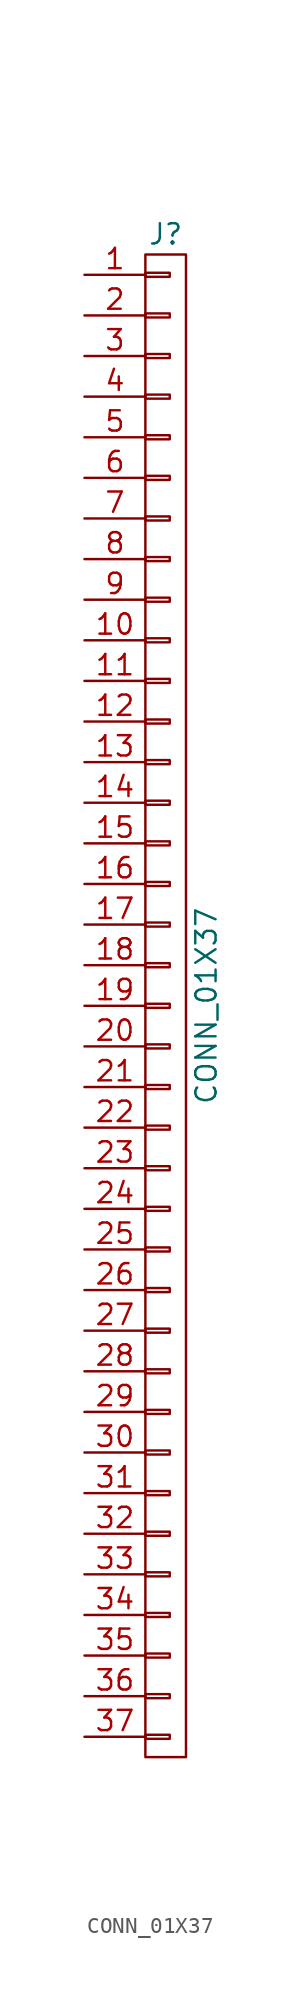
<source format=kicad_sym>
(kicad_symbol_lib
  (version 20211014)
  (generator kicad_symbol_editor)
  (symbol "CONN_01X37"
    (pin_names
      (offset 1.016) hide)
    (property "Reference" "J"
      (at 0 48.26 0)
      (effects (font (size 1.27 1.27))))
    (property "Value" "CONN_01X37"
      (at 2.54 0 90)
      (effects (font (size 1.27 1.27))))
    (symbol "CONN_01X37_0_1"
      (rectangle (start -1.27 -46.99) (end 1.27 46.99) (stroke (width 0) (type default) (color 0 0 0 0)) (fill (type none)))
      (rectangle (start -1.27 -45.593) (end 0.254 -45.847) (stroke (width 0) (type default) (color 0 0 0 0)) (fill (type none)))
      (rectangle (start -1.27 -43.053) (end 0.254 -43.307) (stroke (width 0) (type default) (color 0 0 0 0)) (fill (type none)))
      (rectangle (start -1.27 -40.513) (end 0.254 -40.767) (stroke (width 0) (type default) (color 0 0 0 0)) (fill (type none)))
      (rectangle (start -1.27 -37.973) (end 0.254 -38.227) (stroke (width 0) (type default) (color 0 0 0 0)) (fill (type none)))
      (rectangle (start -1.27 -35.433) (end 0.254 -35.687) (stroke (width 0) (type default) (color 0 0 0 0)) (fill (type none)))
      (rectangle (start -1.27 -32.893) (end 0.254 -33.147) (stroke (width 0) (type default) (color 0 0 0 0)) (fill (type none)))
      (rectangle (start -1.27 -30.353) (end 0.254 -30.607) (stroke (width 0) (type default) (color 0 0 0 0)) (fill (type none)))
      (rectangle (start -1.27 -27.813) (end 0.254 -28.067) (stroke (width 0) (type default) (color 0 0 0 0)) (fill (type none)))
      (rectangle (start -1.27 -25.273) (end 0.254 -25.527) (stroke (width 0) (type default) (color 0 0 0 0)) (fill (type none)))
      (rectangle (start -1.27 -22.733) (end 0.254 -22.987) (stroke (width 0) (type default) (color 0 0 0 0)) (fill (type none)))
      (rectangle (start -1.27 -20.193) (end 0.254 -20.447) (stroke (width 0) (type default) (color 0 0 0 0)) (fill (type none)))
      (rectangle (start -1.27 -17.653) (end 0.254 -17.907) (stroke (width 0) (type default) (color 0 0 0 0)) (fill (type none)))
      (rectangle (start -1.27 -15.113) (end 0.254 -15.367) (stroke (width 0) (type default) (color 0 0 0 0)) (fill (type none)))
      (rectangle (start -1.27 -12.573) (end 0.254 -12.827) (stroke (width 0) (type default) (color 0 0 0 0)) (fill (type none)))
      (rectangle (start -1.27 -10.033) (end 0.254 -10.287) (stroke (width 0) (type default) (color 0 0 0 0)) (fill (type none)))
      (rectangle (start -1.27 -7.493) (end 0.254 -7.747) (stroke (width 0) (type default) (color 0 0 0 0)) (fill (type none)))
      (rectangle (start -1.27 -4.953) (end 0.254 -5.207) (stroke (width 0) (type default) (color 0 0 0 0)) (fill (type none)))
      (rectangle (start -1.27 -2.413) (end 0.254 -2.667) (stroke (width 0) (type default) (color 0 0 0 0)) (fill (type none)))
      (rectangle (start -1.27 0.127) (end 0.254 -0.127) (stroke (width 0) (type default) (color 0 0 0 0)) (fill (type none)))
      (rectangle (start -1.27 2.667) (end 0.254 2.413) (stroke (width 0) (type default) (color 0 0 0 0)) (fill (type none)))
      (rectangle (start -1.27 5.207) (end 0.254 4.953) (stroke (width 0) (type default) (color 0 0 0 0)) (fill (type none)))
      (rectangle (start -1.27 7.747) (end 0.254 7.493) (stroke (width 0) (type default) (color 0 0 0 0)) (fill (type none)))
      (rectangle (start -1.27 10.287) (end 0.254 10.033) (stroke (width 0) (type default) (color 0 0 0 0)) (fill (type none)))
      (rectangle (start -1.27 12.827) (end 0.254 12.573) (stroke (width 0) (type default) (color 0 0 0 0)) (fill (type none)))
      (rectangle (start -1.27 15.367) (end 0.254 15.113) (stroke (width 0) (type default) (color 0 0 0 0)) (fill (type none)))
      (rectangle (start -1.27 17.907) (end 0.254 17.653) (stroke (width 0) (type default) (color 0 0 0 0)) (fill (type none)))
      (rectangle (start -1.27 20.447) (end 0.254 20.193) (stroke (width 0) (type default) (color 0 0 0 0)) (fill (type none)))
      (rectangle (start -1.27 22.987) (end 0.254 22.733) (stroke (width 0) (type default) (color 0 0 0 0)) (fill (type none)))
      (rectangle (start -1.27 25.527) (end 0.254 25.273) (stroke (width 0) (type default) (color 0 0 0 0)) (fill (type none)))
      (rectangle (start -1.27 28.067) (end 0.254 27.813) (stroke (width 0) (type default) (color 0 0 0 0)) (fill (type none)))
      (rectangle (start -1.27 30.607) (end 0.254 30.353) (stroke (width 0) (type default) (color 0 0 0 0)) (fill (type none)))
      (rectangle (start -1.27 33.147) (end 0.254 32.893) (stroke (width 0) (type default) (color 0 0 0 0)) (fill (type none)))
      (rectangle (start -1.27 35.687) (end 0.254 35.433) (stroke (width 0) (type default) (color 0 0 0 0)) (fill (type none)))
      (rectangle (start -1.27 38.227) (end 0.254 37.973) (stroke (width 0) (type default) (color 0 0 0 0)) (fill (type none)))
      (rectangle (start -1.27 40.767) (end 0.254 40.513) (stroke (width 0) (type default) (color 0 0 0 0)) (fill (type none)))
      (rectangle (start -1.27 43.307) (end 0.254 43.053) (stroke (width 0) (type default) (color 0 0 0 0)) (fill (type none)))
      (rectangle (start -1.27 45.847) (end 0.254 45.593) (stroke (width 0) (type default) (color 0 0 0 0)) (fill (type none))))
    (symbol "CONN_01X37_1_1"
      (pin passive line (at -5.08 45.72 0) (length 3.81) (name "P1" (effects (font (size 1.27 1.27)))) (number "1" (effects (font (size 1.27 1.27)))))
      (pin passive line (at -5.08 22.86 0) (length 3.81) (name "P10" (effects (font (size 1.27 1.27)))) (number "10" (effects (font (size 1.27 1.27)))))
      (pin passive line (at -5.08 20.32 0) (length 3.81) (name "P11" (effects (font (size 1.27 1.27)))) (number "11" (effects (font (size 1.27 1.27)))))
      (pin passive line (at -5.08 17.78 0) (length 3.81) (name "P12" (effects (font (size 1.27 1.27)))) (number "12" (effects (font (size 1.27 1.27)))))
      (pin passive line (at -5.08 15.24 0) (length 3.81) (name "P13" (effects (font (size 1.27 1.27)))) (number "13" (effects (font (size 1.27 1.27)))))
      (pin passive line (at -5.08 12.7 0) (length 3.81) (name "P14" (effects (font (size 1.27 1.27)))) (number "14" (effects (font (size 1.27 1.27)))))
      (pin passive line (at -5.08 10.16 0) (length 3.81) (name "P15" (effects (font (size 1.27 1.27)))) (number "15" (effects (font (size 1.27 1.27)))))
      (pin passive line (at -5.08 7.62 0) (length 3.81) (name "P16" (effects (font (size 1.27 1.27)))) (number "16" (effects (font (size 1.27 1.27)))))
      (pin passive line (at -5.08 5.08 0) (length 3.81) (name "P17" (effects (font (size 1.27 1.27)))) (number "17" (effects (font (size 1.27 1.27)))))
      (pin passive line (at -5.08 2.54 0) (length 3.81) (name "P18" (effects (font (size 1.27 1.27)))) (number "18" (effects (font (size 1.27 1.27)))))
      (pin passive line (at -5.08 0 0) (length 3.81) (name "P19" (effects (font (size 1.27 1.27)))) (number "19" (effects (font (size 1.27 1.27)))))
      (pin passive line (at -5.08 43.18 0) (length 3.81) (name "P2" (effects (font (size 1.27 1.27)))) (number "2" (effects (font (size 1.27 1.27)))))
      (pin passive line (at -5.08 -2.54 0) (length 3.81) (name "P20" (effects (font (size 1.27 1.27)))) (number "20" (effects (font (size 1.27 1.27)))))
      (pin passive line (at -5.08 -5.08 0) (length 3.81) (name "P21" (effects (font (size 1.27 1.27)))) (number "21" (effects (font (size 1.27 1.27)))))
      (pin passive line (at -5.08 -7.62 0) (length 3.81) (name "P22" (effects (font (size 1.27 1.27)))) (number "22" (effects (font (size 1.27 1.27)))))
      (pin passive line (at -5.08 -10.16 0) (length 3.81) (name "P23" (effects (font (size 1.27 1.27)))) (number "23" (effects (font (size 1.27 1.27)))))
      (pin passive line (at -5.08 -12.7 0) (length 3.81) (name "P24" (effects (font (size 1.27 1.27)))) (number "24" (effects (font (size 1.27 1.27)))))
      (pin passive line (at -5.08 -15.24 0) (length 3.81) (name "P25" (effects (font (size 1.27 1.27)))) (number "25" (effects (font (size 1.27 1.27)))))
      (pin passive line (at -5.08 -17.78 0) (length 3.81) (name "P26" (effects (font (size 1.27 1.27)))) (number "26" (effects (font (size 1.27 1.27)))))
      (pin passive line (at -5.08 -20.32 0) (length 3.81) (name "P27" (effects (font (size 1.27 1.27)))) (number "27" (effects (font (size 1.27 1.27)))))
      (pin passive line (at -5.08 -22.86 0) (length 3.81) (name "P28" (effects (font (size 1.27 1.27)))) (number "28" (effects (font (size 1.27 1.27)))))
      (pin passive line (at -5.08 -25.4 0) (length 3.81) (name "P29" (effects (font (size 1.27 1.27)))) (number "29" (effects (font (size 1.27 1.27)))))
      (pin passive line (at -5.08 40.64 0) (length 3.81) (name "P3" (effects (font (size 1.27 1.27)))) (number "3" (effects (font (size 1.27 1.27)))))
      (pin passive line (at -5.08 -27.94 0) (length 3.81) (name "P30" (effects (font (size 1.27 1.27)))) (number "30" (effects (font (size 1.27 1.27)))))
      (pin passive line (at -5.08 -30.48 0) (length 3.81) (name "P31" (effects (font (size 1.27 1.27)))) (number "31" (effects (font (size 1.27 1.27)))))
      (pin passive line (at -5.08 -33.02 0) (length 3.81) (name "P32" (effects (font (size 1.27 1.27)))) (number "32" (effects (font (size 1.27 1.27)))))
      (pin passive line (at -5.08 -35.56 0) (length 3.81) (name "P33" (effects (font (size 1.27 1.27)))) (number "33" (effects (font (size 1.27 1.27)))))
      (pin passive line (at -5.08 -38.1 0) (length 3.81) (name "P34" (effects (font (size 1.27 1.27)))) (number "34" (effects (font (size 1.27 1.27)))))
      (pin passive line (at -5.08 -40.64 0) (length 3.81) (name "P35" (effects (font (size 1.27 1.27)))) (number "35" (effects (font (size 1.27 1.27)))))
      (pin passive line (at -5.08 -43.18 0) (length 3.81) (name "P36" (effects (font (size 1.27 1.27)))) (number "36" (effects (font (size 1.27 1.27)))))
      (pin passive line (at -5.08 -45.72 0) (length 3.81) (name "P37" (effects (font (size 1.27 1.27)))) (number "37" (effects (font (size 1.27 1.27)))))
      (pin passive line (at -5.08 38.1 0) (length 3.81) (name "P4" (effects (font (size 1.27 1.27)))) (number "4" (effects (font (size 1.27 1.27)))))
      (pin passive line (at -5.08 35.56 0) (length 3.81) (name "P5" (effects (font (size 1.27 1.27)))) (number "5" (effects (font (size 1.27 1.27)))))
      (pin passive line (at -5.08 33.02 0) (length 3.81) (name "P6" (effects (font (size 1.27 1.27)))) (number "6" (effects (font (size 1.27 1.27)))))
      (pin passive line (at -5.08 30.48 0) (length 3.81) (name "P7" (effects (font (size 1.27 1.27)))) (number "7" (effects (font (size 1.27 1.27)))))
      (pin passive line (at -5.08 27.94 0) (length 3.81) (name "P8" (effects (font (size 1.27 1.27)))) (number "8" (effects (font (size 1.27 1.27)))))
      (pin passive line (at -5.08 25.4 0) (length 3.81) (name "P9" (effects (font (size 1.27 1.27)))) (number "9" (effects (font (size 1.27 1.27))))))))
</source>
